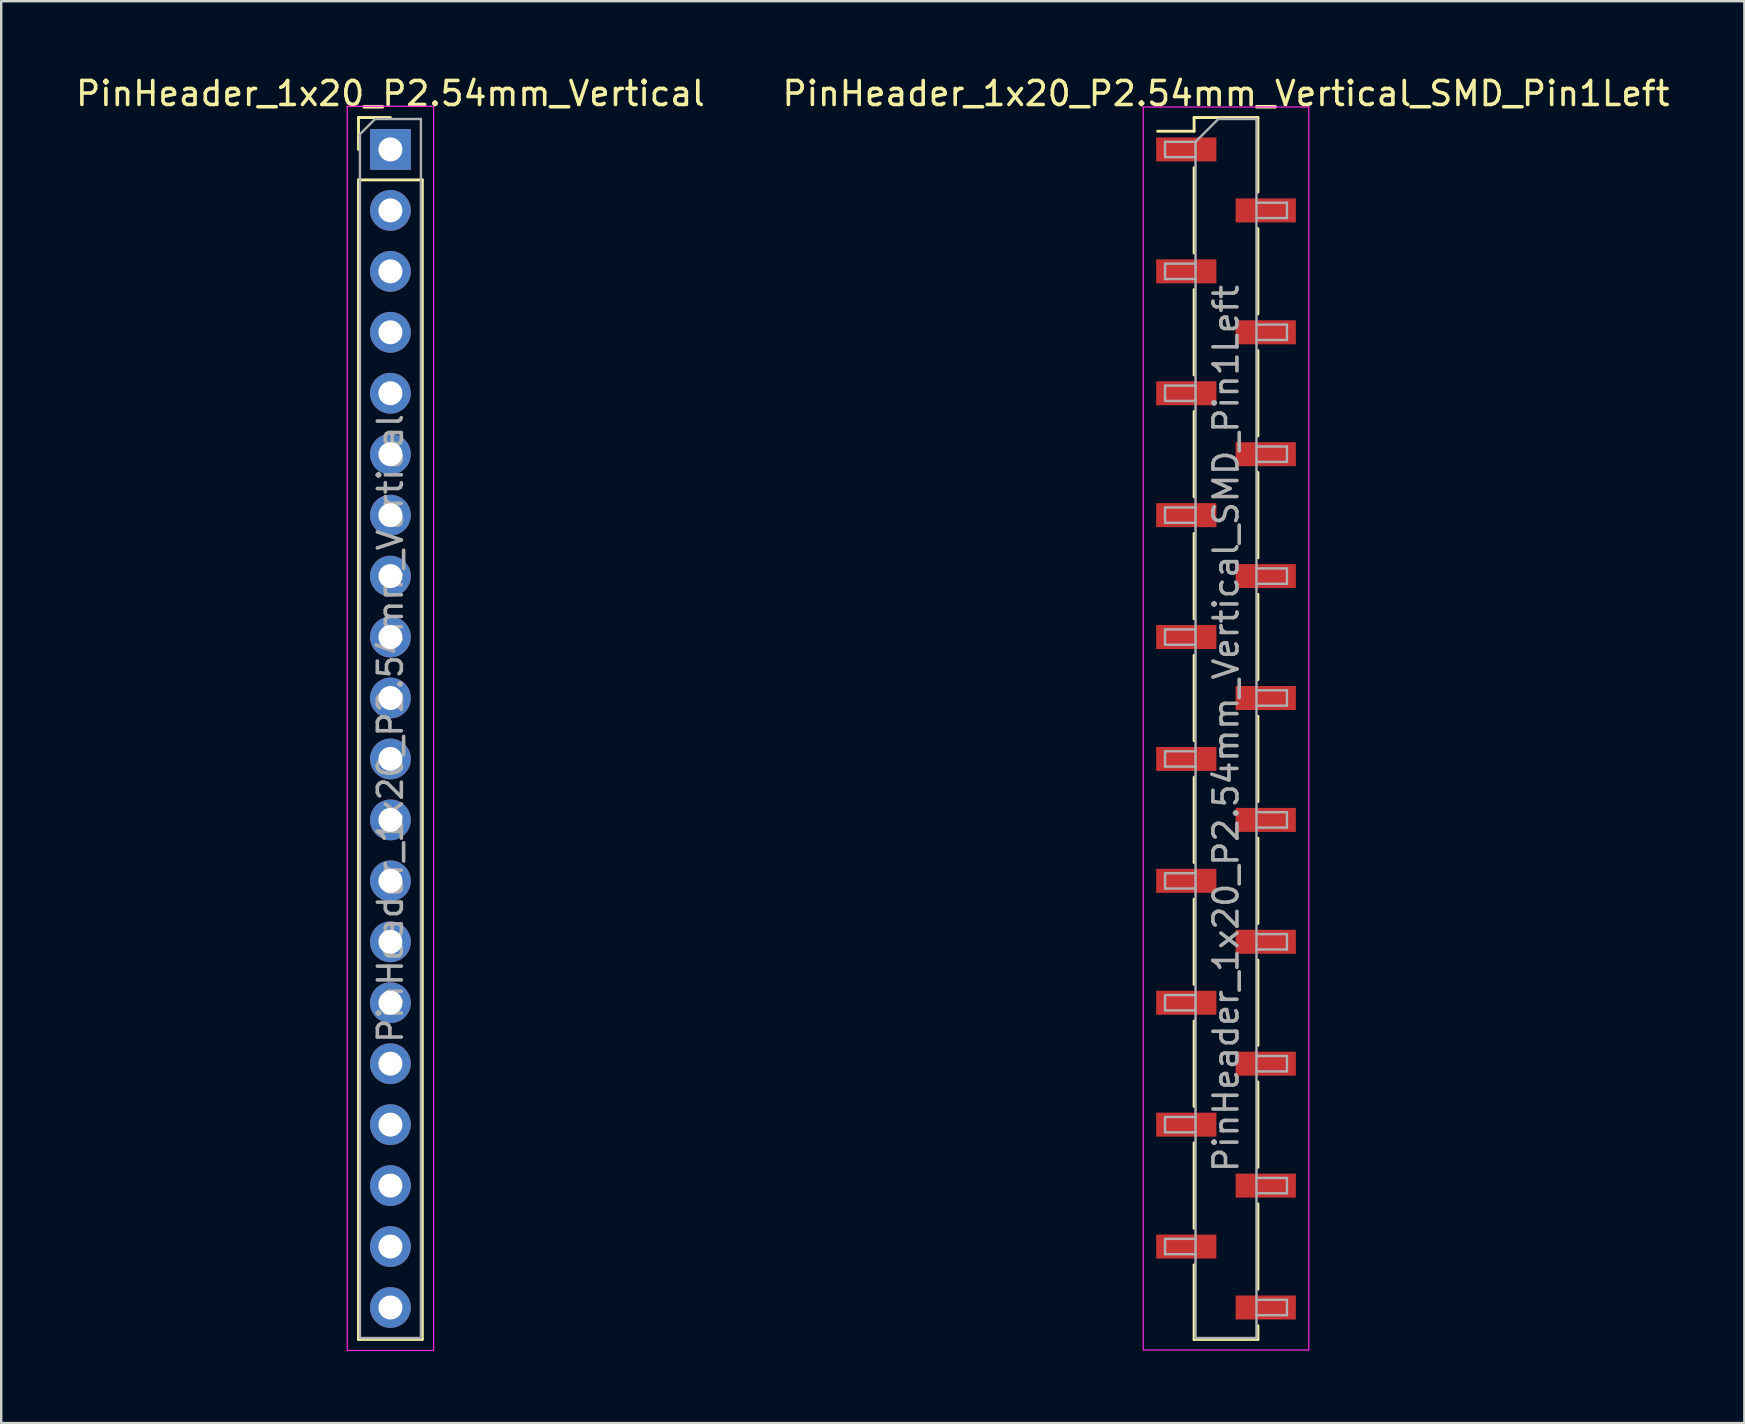
<source format=kicad_pcb>
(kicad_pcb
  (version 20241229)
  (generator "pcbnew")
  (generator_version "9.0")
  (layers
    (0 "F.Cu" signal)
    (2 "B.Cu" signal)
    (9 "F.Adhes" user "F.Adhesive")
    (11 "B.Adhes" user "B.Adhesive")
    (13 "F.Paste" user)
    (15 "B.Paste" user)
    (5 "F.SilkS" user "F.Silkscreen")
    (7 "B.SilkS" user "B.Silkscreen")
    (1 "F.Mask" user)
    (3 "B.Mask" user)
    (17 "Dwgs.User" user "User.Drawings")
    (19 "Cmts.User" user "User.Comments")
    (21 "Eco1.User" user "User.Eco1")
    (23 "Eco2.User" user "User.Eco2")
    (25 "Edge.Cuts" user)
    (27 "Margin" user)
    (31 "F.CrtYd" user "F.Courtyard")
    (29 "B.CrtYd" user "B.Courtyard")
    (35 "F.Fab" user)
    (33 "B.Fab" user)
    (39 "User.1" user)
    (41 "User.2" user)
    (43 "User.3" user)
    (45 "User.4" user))
  (footprint "PinHeader_1x20_P2.54mm_Vertical"
    (layer "F.Cu")
    (at 13.22 3.178)
    (property "Reference" "PinHeader_1x20_P2.54mm_Vertical" (at 0 -2.33 0) (layer "F.SilkS") (effects (font (size 1 1) (thickness 0.15))))
    (attr through_hole)
    (fp_line (start -1.33 -1.33) (end 0 -1.33) (stroke (width 0.12) (type solid)) (layer "F.SilkS"))
    (fp_line (start -1.33 0) (end -1.33 -1.33) (stroke (width 0.12) (type solid)) (layer "F.SilkS"))
    (fp_line (start -1.33 1.27) (end -1.33 49.59) (stroke (width 0.12) (type solid)) (layer "F.SilkS"))
    (fp_line (start -1.33 1.27) (end 1.33 1.27) (stroke (width 0.12) (type solid)) (layer "F.SilkS"))
    (fp_line (start -1.33 49.59) (end 1.33 49.59) (stroke (width 0.12) (type solid)) (layer "F.SilkS"))
    (fp_line (start 1.33 1.27) (end 1.33 49.59) (stroke (width 0.12) (type solid)) (layer "F.SilkS"))
    (fp_line (start -1.8 -1.8) (end -1.8 50.05) (stroke (width 0.05) (type solid)) (layer "F.CrtYd"))
    (fp_line (start -1.8 50.05) (end 1.8 50.05) (stroke (width 0.05) (type solid)) (layer "F.CrtYd"))
    (fp_line (start 1.8 -1.8) (end -1.8 -1.8) (stroke (width 0.05) (type solid)) (layer "F.CrtYd"))
    (fp_line (start 1.8 50.05) (end 1.8 -1.8) (stroke (width 0.05) (type solid)) (layer "F.CrtYd"))
    (fp_line (start -1.27 -0.635) (end -0.635 -1.27) (stroke (width 0.1) (type solid)) (layer "F.Fab"))
    (fp_line (start -1.27 49.53) (end -1.27 -0.635) (stroke (width 0.1) (type solid)) (layer "F.Fab"))
    (fp_line (start -0.635 -1.27) (end 1.27 -1.27) (stroke (width 0.1) (type solid)) (layer "F.Fab"))
    (fp_line (start 1.27 -1.27) (end 1.27 49.53) (stroke (width 0.1) (type solid)) (layer "F.Fab"))
    (fp_line (start 1.27 49.53) (end -1.27 49.53) (stroke (width 0.1) (type solid)) (layer "F.Fab"))
    (fp_text user "${REFERENCE}" (at 0 24.13 90) (layer "F.Fab") (effects (font (size 1 1) (thickness 0.15))))
    (pad "1" thru_hole rect (at 0 0) (size 1.7 1.7) (drill 1) (layers "*.Cu" "*.Mask"))
    (pad "2" thru_hole oval (at 0 2.54) (size 1.7 1.7) (drill 1) (layers "*.Cu" "*.Mask"))
    (pad "3" thru_hole oval (at 0 5.08) (size 1.7 1.7) (drill 1) (layers "*.Cu" "*.Mask"))
    (pad "4" thru_hole oval (at 0 7.62) (size 1.7 1.7) (drill 1) (layers "*.Cu" "*.Mask"))
    (pad "5" thru_hole oval (at 0 10.16) (size 1.7 1.7) (drill 1) (layers "*.Cu" "*.Mask"))
    (pad "6" thru_hole oval (at 0 12.7) (size 1.7 1.7) (drill 1) (layers "*.Cu" "*.Mask"))
    (pad "7" thru_hole oval (at 0 15.24) (size 1.7 1.7) (drill 1) (layers "*.Cu" "*.Mask"))
    (pad "8" thru_hole oval (at 0 17.78) (size 1.7 1.7) (drill 1) (layers "*.Cu" "*.Mask"))
    (pad "9" thru_hole oval (at 0 20.32) (size 1.7 1.7) (drill 1) (layers "*.Cu" "*.Mask"))
    (pad "10" thru_hole oval (at 0 22.86) (size 1.7 1.7) (drill 1) (layers "*.Cu" "*.Mask"))
    (pad "11" thru_hole oval (at 0 25.4) (size 1.7 1.7) (drill 1) (layers "*.Cu" "*.Mask"))
    (pad "12" thru_hole oval (at 0 27.94) (size 1.7 1.7) (drill 1) (layers "*.Cu" "*.Mask"))
    (pad "13" thru_hole oval (at 0 30.48) (size 1.7 1.7) (drill 1) (layers "*.Cu" "*.Mask"))
    (pad "14" thru_hole oval (at 0 33.02) (size 1.7 1.7) (drill 1) (layers "*.Cu" "*.Mask"))
    (pad "15" thru_hole oval (at 0 35.56) (size 1.7 1.7) (drill 1) (layers "*.Cu" "*.Mask"))
    (pad "16" thru_hole oval (at 0 38.1) (size 1.7 1.7) (drill 1) (layers "*.Cu" "*.Mask"))
    (pad "17" thru_hole oval (at 0 40.64) (size 1.7 1.7) (drill 1) (layers "*.Cu" "*.Mask"))
    (pad "18" thru_hole oval (at 0 43.18) (size 1.7 1.7) (drill 1) (layers "*.Cu" "*.Mask"))
    (pad "19" thru_hole oval (at 0 45.72) (size 1.7 1.7) (drill 1) (layers "*.Cu" "*.Mask"))
    (pad "20" thru_hole oval (at 0 48.26) (size 1.7 1.7) (drill 1) (layers "*.Cu" "*.Mask")))
  (footprint "PinHeader_1x20_P2.54mm_Vertical_SMD_Pin1Left"
    (layer "F.Cu")
    (at 48.042 27.308)
    (property "Reference" "PinHeader_1x20_P2.54mm_Vertical_SMD_Pin1Left" (at 0 -26.46 0) (layer "F.SilkS") (effects (font (size 1 1) (thickness 0.15))))
    (attr smd)
    (fp_line (start -1.33 -25.46) (end -1.33 -24.89) (stroke (width 0.12) (type solid)) (layer "F.SilkS"))
    (fp_line (start -1.33 -25.46) (end 1.33 -25.46) (stroke (width 0.12) (type solid)) (layer "F.SilkS"))
    (fp_line (start -1.33 -24.89) (end -2.85 -24.89) (stroke (width 0.12) (type solid)) (layer "F.SilkS"))
    (fp_line (start -1.33 -23.37) (end -1.33 -19.81) (stroke (width 0.12) (type solid)) (layer "F.SilkS"))
    (fp_line (start -1.33 -18.29) (end -1.33 -14.73) (stroke (width 0.12) (type solid)) (layer "F.SilkS"))
    (fp_line (start -1.33 -13.21) (end -1.33 -9.65) (stroke (width 0.12) (type solid)) (layer "F.SilkS"))
    (fp_line (start -1.33 -8.13) (end -1.33 -4.57) (stroke (width 0.12) (type solid)) (layer "F.SilkS"))
    (fp_line (start -1.33 -3.05) (end -1.33 0.51) (stroke (width 0.12) (type solid)) (layer "F.SilkS"))
    (fp_line (start -1.33 2.03) (end -1.33 5.59) (stroke (width 0.12) (type solid)) (layer "F.SilkS"))
    (fp_line (start -1.33 7.11) (end -1.33 10.67) (stroke (width 0.12) (type solid)) (layer "F.SilkS"))
    (fp_line (start -1.33 12.19) (end -1.33 15.75) (stroke (width 0.12) (type solid)) (layer "F.SilkS"))
    (fp_line (start -1.33 17.27) (end -1.33 20.83) (stroke (width 0.12) (type solid)) (layer "F.SilkS"))
    (fp_line (start -1.33 22.35) (end -1.33 25.46) (stroke (width 0.12) (type solid)) (layer "F.SilkS"))
    (fp_line (start -1.33 25.46) (end 1.33 25.46) (stroke (width 0.12) (type solid)) (layer "F.SilkS"))
    (fp_line (start 1.33 -25.46) (end 1.33 -22.35) (stroke (width 0.12) (type solid)) (layer "F.SilkS"))
    (fp_line (start 1.33 -20.83) (end 1.33 -17.27) (stroke (width 0.12) (type solid)) (layer "F.SilkS"))
    (fp_line (start 1.33 -15.75) (end 1.33 -12.19) (stroke (width 0.12) (type solid)) (layer "F.SilkS"))
    (fp_line (start 1.33 -10.67) (end 1.33 -7.11) (stroke (width 0.12) (type solid)) (layer "F.SilkS"))
    (fp_line (start 1.33 -5.59) (end 1.33 -2.03) (stroke (width 0.12) (type solid)) (layer "F.SilkS"))
    (fp_line (start 1.33 -0.51) (end 1.33 3.05) (stroke (width 0.12) (type solid)) (layer "F.SilkS"))
    (fp_line (start 1.33 4.57) (end 1.33 8.13) (stroke (width 0.12) (type solid)) (layer "F.SilkS"))
    (fp_line (start 1.33 9.65) (end 1.33 13.21) (stroke (width 0.12) (type solid)) (layer "F.SilkS"))
    (fp_line (start 1.33 14.73) (end 1.33 18.29) (stroke (width 0.12) (type solid)) (layer "F.SilkS"))
    (fp_line (start 1.33 19.81) (end 1.33 23.37) (stroke (width 0.12) (type solid)) (layer "F.SilkS"))
    (fp_line (start 1.33 24.89) (end 1.33 25.46) (stroke (width 0.12) (type solid)) (layer "F.SilkS"))
    (fp_line (start -3.45 -25.9) (end -3.45 25.9) (stroke (width 0.05) (type solid)) (layer "F.CrtYd"))
    (fp_line (start -3.45 25.9) (end 3.45 25.9) (stroke (width 0.05) (type solid)) (layer "F.CrtYd"))
    (fp_line (start 3.45 -25.9) (end -3.45 -25.9) (stroke (width 0.05) (type solid)) (layer "F.CrtYd"))
    (fp_line (start 3.45 25.9) (end 3.45 -25.9) (stroke (width 0.05) (type solid)) (layer "F.CrtYd"))
    (fp_line (start -2.54 -24.45) (end -2.54 -23.81) (stroke (width 0.1) (type solid)) (layer "F.Fab"))
    (fp_line (start -2.54 -23.81) (end -1.27 -23.81) (stroke (width 0.1) (type solid)) (layer "F.Fab"))
    (fp_line (start -2.54 -19.37) (end -2.54 -18.73) (stroke (width 0.1) (type solid)) (layer "F.Fab"))
    (fp_line (start -2.54 -18.73) (end -1.27 -18.73) (stroke (width 0.1) (type solid)) (layer "F.Fab"))
    (fp_line (start -2.54 -14.29) (end -2.54 -13.65) (stroke (width 0.1) (type solid)) (layer "F.Fab"))
    (fp_line (start -2.54 -13.65) (end -1.27 -13.65) (stroke (width 0.1) (type solid)) (layer "F.Fab"))
    (fp_line (start -2.54 -9.21) (end -2.54 -8.57) (stroke (width 0.1) (type solid)) (layer "F.Fab"))
    (fp_line (start -2.54 -8.57) (end -1.27 -8.57) (stroke (width 0.1) (type solid)) (layer "F.Fab"))
    (fp_line (start -2.54 -4.13) (end -2.54 -3.49) (stroke (width 0.1) (type solid)) (layer "F.Fab"))
    (fp_line (start -2.54 -3.49) (end -1.27 -3.49) (stroke (width 0.1) (type solid)) (layer "F.Fab"))
    (fp_line (start -2.54 0.95) (end -2.54 1.59) (stroke (width 0.1) (type solid)) (layer "F.Fab"))
    (fp_line (start -2.54 1.59) (end -1.27 1.59) (stroke (width 0.1) (type solid)) (layer "F.Fab"))
    (fp_line (start -2.54 6.03) (end -2.54 6.67) (stroke (width 0.1) (type solid)) (layer "F.Fab"))
    (fp_line (start -2.54 6.67) (end -1.27 6.67) (stroke (width 0.1) (type solid)) (layer "F.Fab"))
    (fp_line (start -2.54 11.11) (end -2.54 11.75) (stroke (width 0.1) (type solid)) (layer "F.Fab"))
    (fp_line (start -2.54 11.75) (end -1.27 11.75) (stroke (width 0.1) (type solid)) (layer "F.Fab"))
    (fp_line (start -2.54 16.19) (end -2.54 16.83) (stroke (width 0.1) (type solid)) (layer "F.Fab"))
    (fp_line (start -2.54 16.83) (end -1.27 16.83) (stroke (width 0.1) (type solid)) (layer "F.Fab"))
    (fp_line (start -2.54 21.27) (end -2.54 21.91) (stroke (width 0.1) (type solid)) (layer "F.Fab"))
    (fp_line (start -2.54 21.91) (end -1.27 21.91) (stroke (width 0.1) (type solid)) (layer "F.Fab"))
    (fp_line (start -1.27 -24.45) (end -2.54 -24.45) (stroke (width 0.1) (type solid)) (layer "F.Fab"))
    (fp_line (start -1.27 -24.45) (end -0.32 -25.4) (stroke (width 0.1) (type solid)) (layer "F.Fab"))
    (fp_line (start -1.27 -19.37) (end -2.54 -19.37) (stroke (width 0.1) (type solid)) (layer "F.Fab"))
    (fp_line (start -1.27 -14.29) (end -2.54 -14.29) (stroke (width 0.1) (type solid)) (layer "F.Fab"))
    (fp_line (start -1.27 -9.21) (end -2.54 -9.21) (stroke (width 0.1) (type solid)) (layer "F.Fab"))
    (fp_line (start -1.27 -4.13) (end -2.54 -4.13) (stroke (width 0.1) (type solid)) (layer "F.Fab"))
    (fp_line (start -1.27 0.95) (end -2.54 0.95) (stroke (width 0.1) (type solid)) (layer "F.Fab"))
    (fp_line (start -1.27 6.03) (end -2.54 6.03) (stroke (width 0.1) (type solid)) (layer "F.Fab"))
    (fp_line (start -1.27 11.11) (end -2.54 11.11) (stroke (width 0.1) (type solid)) (layer "F.Fab"))
    (fp_line (start -1.27 16.19) (end -2.54 16.19) (stroke (width 0.1) (type solid)) (layer "F.Fab"))
    (fp_line (start -1.27 21.27) (end -2.54 21.27) (stroke (width 0.1) (type solid)) (layer "F.Fab"))
    (fp_line (start -1.27 25.4) (end -1.27 -24.45) (stroke (width 0.1) (type solid)) (layer "F.Fab"))
    (fp_line (start -0.32 -25.4) (end 1.27 -25.4) (stroke (width 0.1) (type solid)) (layer "F.Fab"))
    (fp_line (start 1.27 -25.4) (end 1.27 25.4) (stroke (width 0.1) (type solid)) (layer "F.Fab"))
    (fp_line (start 1.27 -21.91) (end 2.54 -21.91) (stroke (width 0.1) (type solid)) (layer "F.Fab"))
    (fp_line (start 1.27 -16.83) (end 2.54 -16.83) (stroke (width 0.1) (type solid)) (layer "F.Fab"))
    (fp_line (start 1.27 -11.75) (end 2.54 -11.75) (stroke (width 0.1) (type solid)) (layer "F.Fab"))
    (fp_line (start 1.27 -6.67) (end 2.54 -6.67) (stroke (width 0.1) (type solid)) (layer "F.Fab"))
    (fp_line (start 1.27 -1.59) (end 2.54 -1.59) (stroke (width 0.1) (type solid)) (layer "F.Fab"))
    (fp_line (start 1.27 3.49) (end 2.54 3.49) (stroke (width 0.1) (type solid)) (layer "F.Fab"))
    (fp_line (start 1.27 8.57) (end 2.54 8.57) (stroke (width 0.1) (type solid)) (layer "F.Fab"))
    (fp_line (start 1.27 13.65) (end 2.54 13.65) (stroke (width 0.1) (type solid)) (layer "F.Fab"))
    (fp_line (start 1.27 18.73) (end 2.54 18.73) (stroke (width 0.1) (type solid)) (layer "F.Fab"))
    (fp_line (start 1.27 23.81) (end 2.54 23.81) (stroke (width 0.1) (type solid)) (layer "F.Fab"))
    (fp_line (start 1.27 25.4) (end -1.27 25.4) (stroke (width 0.1) (type solid)) (layer "F.Fab"))
    (fp_line (start 2.54 -21.91) (end 2.54 -21.27) (stroke (width 0.1) (type solid)) (layer "F.Fab"))
    (fp_line (start 2.54 -21.27) (end 1.27 -21.27) (stroke (width 0.1) (type solid)) (layer "F.Fab"))
    (fp_line (start 2.54 -16.83) (end 2.54 -16.19) (stroke (width 0.1) (type solid)) (layer "F.Fab"))
    (fp_line (start 2.54 -16.19) (end 1.27 -16.19) (stroke (width 0.1) (type solid)) (layer "F.Fab"))
    (fp_line (start 2.54 -11.75) (end 2.54 -11.11) (stroke (width 0.1) (type solid)) (layer "F.Fab"))
    (fp_line (start 2.54 -11.11) (end 1.27 -11.11) (stroke (width 0.1) (type solid)) (layer "F.Fab"))
    (fp_line (start 2.54 -6.67) (end 2.54 -6.03) (stroke (width 0.1) (type solid)) (layer "F.Fab"))
    (fp_line (start 2.54 -6.03) (end 1.27 -6.03) (stroke (width 0.1) (type solid)) (layer "F.Fab"))
    (fp_line (start 2.54 -1.59) (end 2.54 -0.95) (stroke (width 0.1) (type solid)) (layer "F.Fab"))
    (fp_line (start 2.54 -0.95) (end 1.27 -0.95) (stroke (width 0.1) (type solid)) (layer "F.Fab"))
    (fp_line (start 2.54 3.49) (end 2.54 4.13) (stroke (width 0.1) (type solid)) (layer "F.Fab"))
    (fp_line (start 2.54 4.13) (end 1.27 4.13) (stroke (width 0.1) (type solid)) (layer "F.Fab"))
    (fp_line (start 2.54 8.57) (end 2.54 9.21) (stroke (width 0.1) (type solid)) (layer "F.Fab"))
    (fp_line (start 2.54 9.21) (end 1.27 9.21) (stroke (width 0.1) (type solid)) (layer "F.Fab"))
    (fp_line (start 2.54 13.65) (end 2.54 14.29) (stroke (width 0.1) (type solid)) (layer "F.Fab"))
    (fp_line (start 2.54 14.29) (end 1.27 14.29) (stroke (width 0.1) (type solid)) (layer "F.Fab"))
    (fp_line (start 2.54 18.73) (end 2.54 19.37) (stroke (width 0.1) (type solid)) (layer "F.Fab"))
    (fp_line (start 2.54 19.37) (end 1.27 19.37) (stroke (width 0.1) (type solid)) (layer "F.Fab"))
    (fp_line (start 2.54 23.81) (end 2.54 24.45) (stroke (width 0.1) (type solid)) (layer "F.Fab"))
    (fp_line (start 2.54 24.45) (end 1.27 24.45) (stroke (width 0.1) (type solid)) (layer "F.Fab"))
    (fp_text user "${REFERENCE}" (at 0 0 90) (layer "F.Fab") (effects (font (size 1 1) (thickness 0.15))))
    (pad "1" smd rect (at -1.655 -24.13) (size 2.51 1) (layers "F.Cu" "F.Mask" "F.Paste"))
    (pad "2" smd rect (at 1.655 -21.59) (size 2.51 1) (layers "F.Cu" "F.Mask" "F.Paste"))
    (pad "3" smd rect (at -1.655 -19.05) (size 2.51 1) (layers "F.Cu" "F.Mask" "F.Paste"))
    (pad "4" smd rect (at 1.655 -16.51) (size 2.51 1) (layers "F.Cu" "F.Mask" "F.Paste"))
    (pad "5" smd rect (at -1.655 -13.97) (size 2.51 1) (layers "F.Cu" "F.Mask" "F.Paste"))
    (pad "6" smd rect (at 1.655 -11.43) (size 2.51 1) (layers "F.Cu" "F.Mask" "F.Paste"))
    (pad "7" smd rect (at -1.655 -8.89) (size 2.51 1) (layers "F.Cu" "F.Mask" "F.Paste"))
    (pad "8" smd rect (at 1.655 -6.35) (size 2.51 1) (layers "F.Cu" "F.Mask" "F.Paste"))
    (pad "9" smd rect (at -1.655 -3.81) (size 2.51 1) (layers "F.Cu" "F.Mask" "F.Paste"))
    (pad "10" smd rect (at 1.655 -1.27) (size 2.51 1) (layers "F.Cu" "F.Mask" "F.Paste"))
    (pad "11" smd rect (at -1.655 1.27) (size 2.51 1) (layers "F.Cu" "F.Mask" "F.Paste"))
    (pad "12" smd rect (at 1.655 3.81) (size 2.51 1) (layers "F.Cu" "F.Mask" "F.Paste"))
    (pad "13" smd rect (at -1.655 6.35) (size 2.51 1) (layers "F.Cu" "F.Mask" "F.Paste"))
    (pad "14" smd rect (at 1.655 8.89) (size 2.51 1) (layers "F.Cu" "F.Mask" "F.Paste"))
    (pad "15" smd rect (at -1.655 11.43) (size 2.51 1) (layers "F.Cu" "F.Mask" "F.Paste"))
    (pad "16" smd rect (at 1.655 13.97) (size 2.51 1) (layers "F.Cu" "F.Mask" "F.Paste"))
    (pad "17" smd rect (at -1.655 16.51) (size 2.51 1) (layers "F.Cu" "F.Mask" "F.Paste"))
    (pad "18" smd rect (at 1.655 19.05) (size 2.51 1) (layers "F.Cu" "F.Mask" "F.Paste"))
    (pad "19" smd rect (at -1.655 21.59) (size 2.51 1) (layers "F.Cu" "F.Mask" "F.Paste"))
    (pad "20" smd rect (at 1.655 24.13) (size 2.51 1) (layers "F.Cu" "F.Mask" "F.Paste")))
  (gr_rect
    (start -3 -3)
    (end 69.643 56.253)
    (stroke (width 0.1) (type default))
    (fill no)
    (layer "Edge.Cuts")))
</source>
